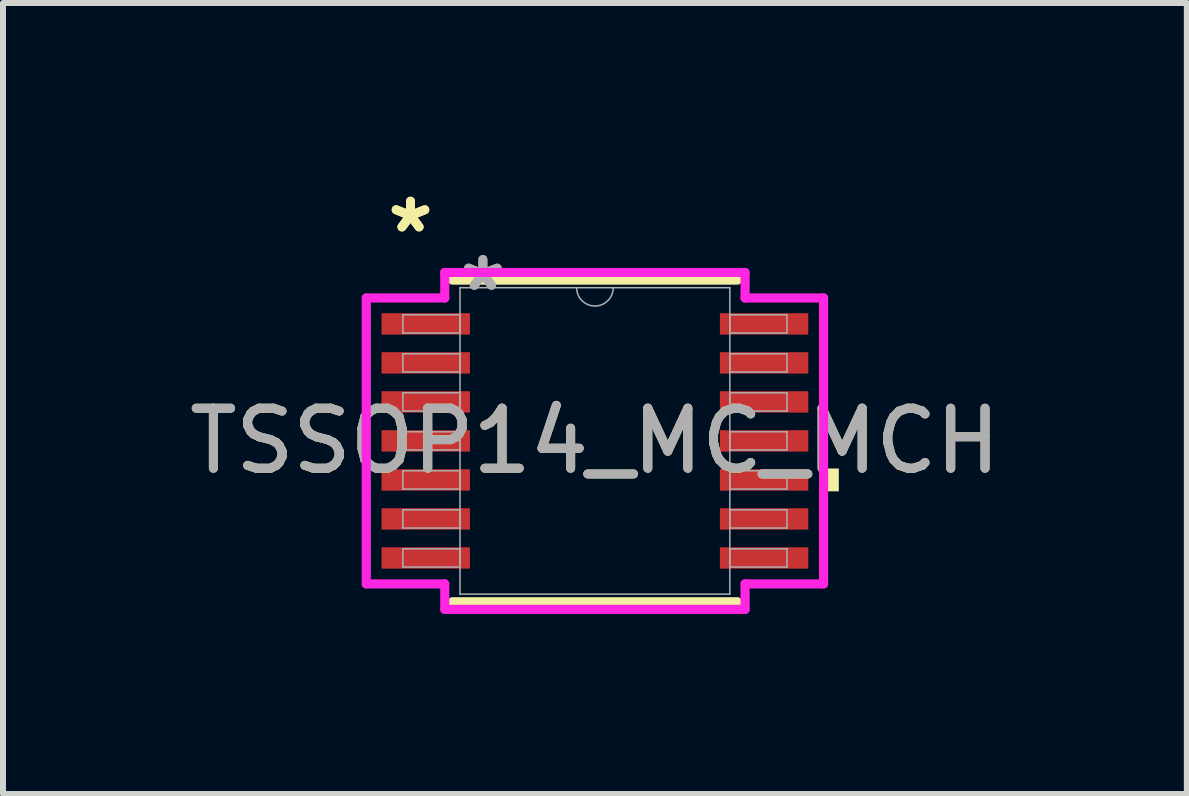
<source format=kicad_pcb>
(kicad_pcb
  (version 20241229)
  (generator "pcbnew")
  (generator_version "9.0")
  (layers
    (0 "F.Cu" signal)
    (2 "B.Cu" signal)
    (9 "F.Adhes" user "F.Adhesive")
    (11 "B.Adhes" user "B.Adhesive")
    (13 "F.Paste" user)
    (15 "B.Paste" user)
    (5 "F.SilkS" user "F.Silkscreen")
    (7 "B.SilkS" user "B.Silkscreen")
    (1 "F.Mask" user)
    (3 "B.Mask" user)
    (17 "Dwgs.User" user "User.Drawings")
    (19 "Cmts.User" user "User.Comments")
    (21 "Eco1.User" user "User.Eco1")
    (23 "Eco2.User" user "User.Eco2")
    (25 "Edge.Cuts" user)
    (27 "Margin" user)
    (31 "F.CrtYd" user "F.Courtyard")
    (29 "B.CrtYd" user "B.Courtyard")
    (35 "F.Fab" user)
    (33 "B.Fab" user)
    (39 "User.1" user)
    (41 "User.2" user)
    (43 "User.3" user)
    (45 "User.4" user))
  (footprint "TSSOP14_MC_MCH"
    (layer "F.Cu")
    (at 6.863 4.297)
    (property "Reference" "TSSOP14_MC_MCH" (at 0 0 0) (unlocked yes) (layer "F.SilkS") (effects (font (size 1 1) (thickness 0.15))))
    (attr smd)
    (fp_line (start -2.375 2.68) (end 2.375 2.68) (stroke (width 0.152) (type solid)) (layer "F.SilkS"))
    (fp_line (start 2.375 -2.68) (end -2.375 -2.68) (stroke (width 0.152) (type solid)) (layer "F.SilkS"))
    (fp_poly (pts (xy 4.064 0.459) (xy 4.064 0.84) (xy 3.81 0.84) (xy 3.81 0.459)) (stroke (width 0) (type solid)) (fill yes) (layer "F.SilkS"))
    (fp_line (start -3.81 -2.382) (end -2.502 -2.382) (stroke (width 0.152) (type solid)) (layer "F.CrtYd"))
    (fp_line (start -3.81 2.382) (end -3.81 -2.382) (stroke (width 0.152) (type solid)) (layer "F.CrtYd"))
    (fp_line (start -3.81 2.382) (end -2.502 2.382) (stroke (width 0.152) (type solid)) (layer "F.CrtYd"))
    (fp_line (start -2.502 -2.807) (end 2.502 -2.807) (stroke (width 0.152) (type solid)) (layer "F.CrtYd"))
    (fp_line (start -2.502 -2.382) (end -2.502 -2.807) (stroke (width 0.152) (type solid)) (layer "F.CrtYd"))
    (fp_line (start -2.502 2.807) (end -2.502 2.382) (stroke (width 0.152) (type solid)) (layer "F.CrtYd"))
    (fp_line (start 2.502 -2.807) (end 2.502 -2.382) (stroke (width 0.152) (type solid)) (layer "F.CrtYd"))
    (fp_line (start 2.502 2.382) (end 2.502 2.807) (stroke (width 0.152) (type solid)) (layer "F.CrtYd"))
    (fp_line (start 2.502 2.807) (end -2.502 2.807) (stroke (width 0.152) (type solid)) (layer "F.CrtYd"))
    (fp_line (start 3.81 -2.382) (end 2.502 -2.382) (stroke (width 0.152) (type solid)) (layer "F.CrtYd"))
    (fp_line (start 3.81 -2.382) (end 3.81 2.382) (stroke (width 0.152) (type solid)) (layer "F.CrtYd"))
    (fp_line (start 3.81 2.382) (end 2.502 2.382) (stroke (width 0.152) (type solid)) (layer "F.CrtYd"))
    (fp_line (start -3.2 -2.102) (end -3.2 -1.798) (stroke (width 0.025) (type solid)) (layer "F.Fab"))
    (fp_line (start -3.2 -1.798) (end -2.248 -1.798) (stroke (width 0.025) (type solid)) (layer "F.Fab"))
    (fp_line (start -3.2 -1.452) (end -3.2 -1.148) (stroke (width 0.025) (type solid)) (layer "F.Fab"))
    (fp_line (start -3.2 -1.148) (end -2.248 -1.148) (stroke (width 0.025) (type solid)) (layer "F.Fab"))
    (fp_line (start -3.2 -0.802) (end -3.2 -0.498) (stroke (width 0.025) (type solid)) (layer "F.Fab"))
    (fp_line (start -3.2 -0.498) (end -2.248 -0.498) (stroke (width 0.025) (type solid)) (layer "F.Fab"))
    (fp_line (start -3.2 -0.152) (end -3.2 0.152) (stroke (width 0.025) (type solid)) (layer "F.Fab"))
    (fp_line (start -3.2 0.152) (end -2.248 0.152) (stroke (width 0.025) (type solid)) (layer "F.Fab"))
    (fp_line (start -3.2 0.498) (end -3.2 0.802) (stroke (width 0.025) (type solid)) (layer "F.Fab"))
    (fp_line (start -3.2 0.802) (end -2.248 0.802) (stroke (width 0.025) (type solid)) (layer "F.Fab"))
    (fp_line (start -3.2 1.148) (end -3.2 1.452) (stroke (width 0.025) (type solid)) (layer "F.Fab"))
    (fp_line (start -3.2 1.452) (end -2.248 1.452) (stroke (width 0.025) (type solid)) (layer "F.Fab"))
    (fp_line (start -3.2 1.798) (end -3.2 2.102) (stroke (width 0.025) (type solid)) (layer "F.Fab"))
    (fp_line (start -3.2 2.102) (end -2.248 2.102) (stroke (width 0.025) (type solid)) (layer "F.Fab"))
    (fp_line (start -2.248 -2.553) (end -2.248 2.553) (stroke (width 0.025) (type solid)) (layer "F.Fab"))
    (fp_line (start -2.248 -2.102) (end -3.2 -2.102) (stroke (width 0.025) (type solid)) (layer "F.Fab"))
    (fp_line (start -2.248 -1.798) (end -2.248 -2.102) (stroke (width 0.025) (type solid)) (layer "F.Fab"))
    (fp_line (start -2.248 -1.452) (end -3.2 -1.452) (stroke (width 0.025) (type solid)) (layer "F.Fab"))
    (fp_line (start -2.248 -1.148) (end -2.248 -1.452) (stroke (width 0.025) (type solid)) (layer "F.Fab"))
    (fp_line (start -2.248 -0.802) (end -3.2 -0.802) (stroke (width 0.025) (type solid)) (layer "F.Fab"))
    (fp_line (start -2.248 -0.498) (end -2.248 -0.802) (stroke (width 0.025) (type solid)) (layer "F.Fab"))
    (fp_line (start -2.248 -0.152) (end -3.2 -0.152) (stroke (width 0.025) (type solid)) (layer "F.Fab"))
    (fp_line (start -2.248 0.152) (end -2.248 -0.152) (stroke (width 0.025) (type solid)) (layer "F.Fab"))
    (fp_line (start -2.248 0.498) (end -3.2 0.498) (stroke (width 0.025) (type solid)) (layer "F.Fab"))
    (fp_line (start -2.248 0.802) (end -2.248 0.498) (stroke (width 0.025) (type solid)) (layer "F.Fab"))
    (fp_line (start -2.248 1.148) (end -3.2 1.148) (stroke (width 0.025) (type solid)) (layer "F.Fab"))
    (fp_line (start -2.248 1.452) (end -2.248 1.148) (stroke (width 0.025) (type solid)) (layer "F.Fab"))
    (fp_line (start -2.248 1.798) (end -3.2 1.798) (stroke (width 0.025) (type solid)) (layer "F.Fab"))
    (fp_line (start -2.248 2.102) (end -2.248 1.798) (stroke (width 0.025) (type solid)) (layer "F.Fab"))
    (fp_line (start -2.248 2.553) (end 2.248 2.553) (stroke (width 0.025) (type solid)) (layer "F.Fab"))
    (fp_line (start 2.248 -2.553) (end -2.248 -2.553) (stroke (width 0.025) (type solid)) (layer "F.Fab"))
    (fp_line (start 2.248 -2.102) (end 2.248 -1.798) (stroke (width 0.025) (type solid)) (layer "F.Fab"))
    (fp_line (start 2.248 -1.798) (end 3.2 -1.798) (stroke (width 0.025) (type solid)) (layer "F.Fab"))
    (fp_line (start 2.248 -1.452) (end 2.248 -1.148) (stroke (width 0.025) (type solid)) (layer "F.Fab"))
    (fp_line (start 2.248 -1.148) (end 3.2 -1.148) (stroke (width 0.025) (type solid)) (layer "F.Fab"))
    (fp_line (start 2.248 -0.802) (end 2.248 -0.498) (stroke (width 0.025) (type solid)) (layer "F.Fab"))
    (fp_line (start 2.248 -0.498) (end 3.2 -0.498) (stroke (width 0.025) (type solid)) (layer "F.Fab"))
    (fp_line (start 2.248 -0.152) (end 2.248 0.152) (stroke (width 0.025) (type solid)) (layer "F.Fab"))
    (fp_line (start 2.248 0.152) (end 3.2 0.152) (stroke (width 0.025) (type solid)) (layer "F.Fab"))
    (fp_line (start 2.248 0.498) (end 2.248 0.802) (stroke (width 0.025) (type solid)) (layer "F.Fab"))
    (fp_line (start 2.248 0.802) (end 3.2 0.802) (stroke (width 0.025) (type solid)) (layer "F.Fab"))
    (fp_line (start 2.248 1.148) (end 2.248 1.452) (stroke (width 0.025) (type solid)) (layer "F.Fab"))
    (fp_line (start 2.248 1.452) (end 3.2 1.452) (stroke (width 0.025) (type solid)) (layer "F.Fab"))
    (fp_line (start 2.248 1.798) (end 2.248 2.102) (stroke (width 0.025) (type solid)) (layer "F.Fab"))
    (fp_line (start 2.248 2.102) (end 3.2 2.102) (stroke (width 0.025) (type solid)) (layer "F.Fab"))
    (fp_line (start 2.248 2.553) (end 2.248 -2.553) (stroke (width 0.025) (type solid)) (layer "F.Fab"))
    (fp_line (start 3.2 -2.102) (end 2.248 -2.102) (stroke (width 0.025) (type solid)) (layer "F.Fab"))
    (fp_line (start 3.2 -1.798) (end 3.2 -2.102) (stroke (width 0.025) (type solid)) (layer "F.Fab"))
    (fp_line (start 3.2 -1.452) (end 2.248 -1.452) (stroke (width 0.025) (type solid)) (layer "F.Fab"))
    (fp_line (start 3.2 -1.148) (end 3.2 -1.452) (stroke (width 0.025) (type solid)) (layer "F.Fab"))
    (fp_line (start 3.2 -0.802) (end 2.248 -0.802) (stroke (width 0.025) (type solid)) (layer "F.Fab"))
    (fp_line (start 3.2 -0.498) (end 3.2 -0.802) (stroke (width 0.025) (type solid)) (layer "F.Fab"))
    (fp_line (start 3.2 -0.152) (end 2.248 -0.152) (stroke (width 0.025) (type solid)) (layer "F.Fab"))
    (fp_line (start 3.2 0.152) (end 3.2 -0.152) (stroke (width 0.025) (type solid)) (layer "F.Fab"))
    (fp_line (start 3.2 0.498) (end 2.248 0.498) (stroke (width 0.025) (type solid)) (layer "F.Fab"))
    (fp_line (start 3.2 0.802) (end 3.2 0.498) (stroke (width 0.025) (type solid)) (layer "F.Fab"))
    (fp_line (start 3.2 1.148) (end 2.248 1.148) (stroke (width 0.025) (type solid)) (layer "F.Fab"))
    (fp_line (start 3.2 1.452) (end 3.2 1.148) (stroke (width 0.025) (type solid)) (layer "F.Fab"))
    (fp_line (start 3.2 1.798) (end 2.248 1.798) (stroke (width 0.025) (type solid)) (layer "F.Fab"))
    (fp_line (start 3.2 2.102) (end 3.2 1.798) (stroke (width 0.025) (type solid)) (layer "F.Fab"))
    (fp_arc (start 0.3048 -2.5527) (mid 0 -2.2479) (end -0.3048 -2.5527) (stroke (width 0.0254) (type solid)) (layer "F.Fab"))
    (fp_text user "*" (at -3.073 -3.449 0) (layer "F.SilkS") (effects (font (size 1 1) (thickness 0.15))))
    (fp_text user "*" (at -3.073 -3.449 0) (unlocked yes) (layer "F.SilkS") (effects (font (size 1 1) (thickness 0.15))))
    (fp_text user "${REFERENCE}" (at 0 0 0) (unlocked yes) (layer "F.Fab") (effects (font (size 1 1) (thickness 0.15))))
    (fp_text user "*" (at -1.867 -2.477 0) (layer "F.Fab") (effects (font (size 1 1) (thickness 0.15))))
    (fp_text user "*" (at -1.867 -2.477 0) (unlocked yes) (layer "F.Fab") (effects (font (size 1 1) (thickness 0.15))))
    (pad "1" smd rect (at -2.819 -1.95) (size 1.473 0.356) (layers "F.Cu" "F.Mask" "F.Paste"))
    (pad "2" smd rect (at -2.819 -1.3) (size 1.473 0.356) (layers "F.Cu" "F.Mask" "F.Paste"))
    (pad "3" smd rect (at -2.819 -0.65) (size 1.473 0.356) (layers "F.Cu" "F.Mask" "F.Paste"))
    (pad "4" smd rect (at -2.819 0) (size 1.473 0.356) (layers "F.Cu" "F.Mask" "F.Paste"))
    (pad "5" smd rect (at -2.819 0.65) (size 1.473 0.356) (layers "F.Cu" "F.Mask" "F.Paste"))
    (pad "6" smd rect (at -2.819 1.3) (size 1.473 0.356) (layers "F.Cu" "F.Mask" "F.Paste"))
    (pad "7" smd rect (at -2.819 1.95) (size 1.473 0.356) (layers "F.Cu" "F.Mask" "F.Paste"))
    (pad "8" smd rect (at 2.819 1.95) (size 1.473 0.356) (layers "F.Cu" "F.Mask" "F.Paste"))
    (pad "9" smd rect (at 2.819 1.3) (size 1.473 0.356) (layers "F.Cu" "F.Mask" "F.Paste"))
    (pad "10" smd rect (at 2.819 0.65) (size 1.473 0.356) (layers "F.Cu" "F.Mask" "F.Paste"))
    (pad "11" smd rect (at 2.819 0) (size 1.473 0.356) (layers "F.Cu" "F.Mask" "F.Paste"))
    (pad "12" smd rect (at 2.819 -0.65) (size 1.473 0.356) (layers "F.Cu" "F.Mask" "F.Paste"))
    (pad "13" smd rect (at 2.819 -1.3) (size 1.473 0.356) (layers "F.Cu" "F.Mask" "F.Paste"))
    (pad "14" smd rect (at 2.819 -1.95) (size 1.473 0.356) (layers "F.Cu" "F.Mask" "F.Paste")))
  (gr_rect
    (start -3 -3)
    (end 16.726 10.18)
    (stroke (width 0.1) (type default))
    (fill no)
    (layer "Edge.Cuts")))
</source>
